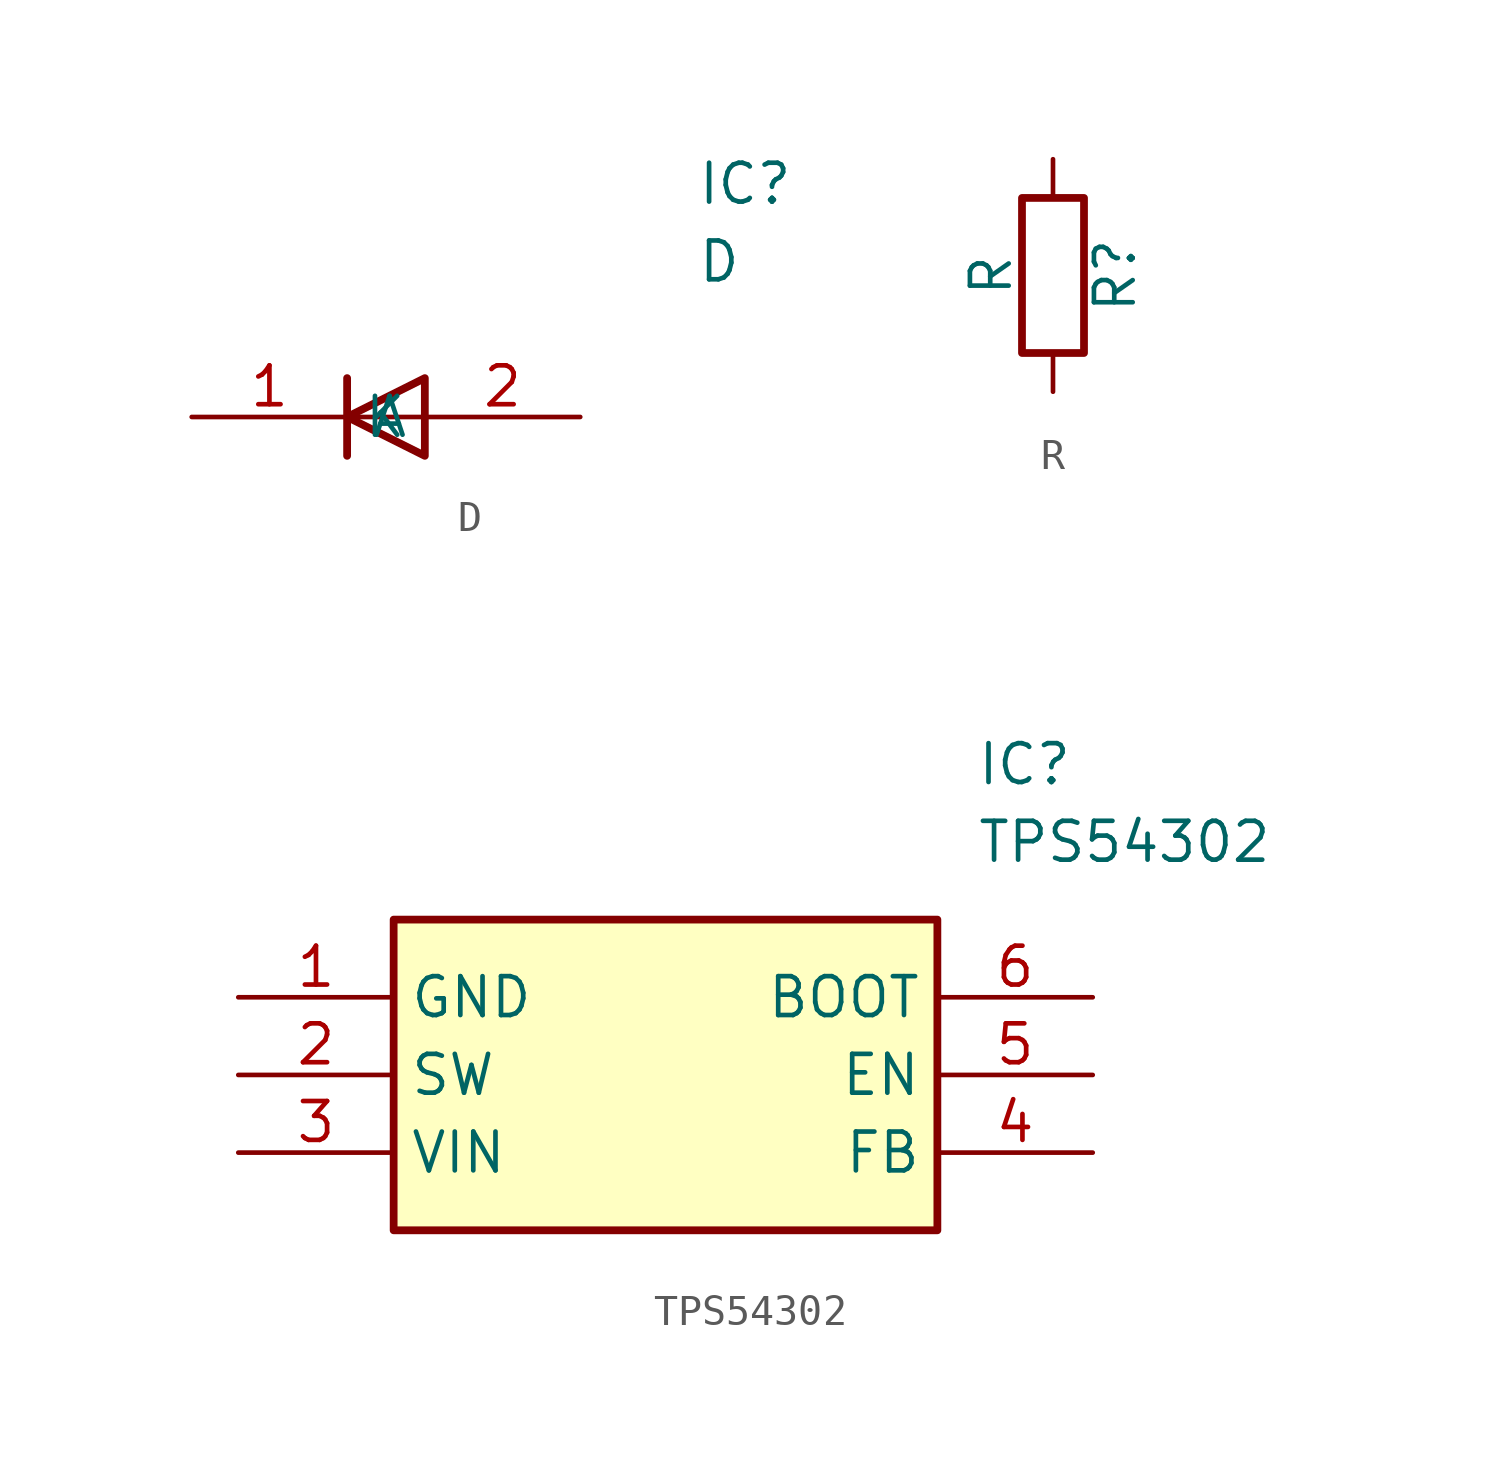
<source format=kicad_sym>
(kicad_symbol_lib
  (version 20241209)
  (generator "kicad_symbol_editor")
  (generator_version "9.0")
  (symbol "D"
    (property "Reference" "IC"
      (at 16.51 7.62 0)
      (effects (font (size 1.27 1.27)) (justify left)))
    (property "Value" "D"
      (at 16.51 5.08 0)
      (effects (font (size 1.27 1.27)) (justify left)))
    (symbol "D_0_1"
      (polyline (pts (xy 5.08 1.27) (xy 5.08 -1.27)) (stroke (width 0.254) (type default)) (fill (type none)))
      (polyline (pts (xy 7.62 1.27) (xy 7.62 -1.27) (xy 5.08 0) (xy 7.62 1.27)) (stroke (width 0.254) (type default)) (fill (type none)))
      (polyline (pts (xy 7.62 0) (xy 5.08 0)) (stroke (width 0) (type default)) (fill (type none))))
    (symbol "D_1_1"
      (pin passive line (at 0 0 0) (length 5.08) (name "K" (effects (font (size 1.27 1.27)))) (number "1" (effects (font (size 1.27 1.27)))))
      (pin passive line (at 12.7 0 180) (length 5.08) (name "A" (effects (font (size 1.27 1.27)))) (number "2" (effects (font (size 1.27 1.27)))))))
  (symbol "R"
    (pin_numbers
      (hide yes))
    (pin_names
      (offset 0))
    (property "Reference" "R"
      (at 2.032 0 90)
      (effects (font (size 1.27 1.27))))
    (property "Value" "R"
      (at -2.032 0 90)
      (effects (font (size 1.27 1.27))))
    (symbol "R_0_1"
      (rectangle (start -1.016 -2.54) (end 1.016 2.54) (stroke (width 0.254) (type default)) (fill (type none))))
    (symbol "R_1_1"
      (pin passive line (at 0 3.81 270) (length 1.27) (name "~" (effects (font (size 1.27 1.27)))) (number "1" (effects (font (size 1.27 1.27)))))
      (pin passive line (at 0 -3.81 90) (length 1.27) (name "~" (effects (font (size 1.27 1.27)))) (number "2" (effects (font (size 1.27 1.27)))))))
  (symbol "TPS54302"
    (property "Reference" "IC"
      (at 24.13 7.62 0)
      (effects (font (size 1.27 1.27)) (justify left)))
    (property "Value" "TPS54302"
      (at 24.13 5.08 0)
      (effects (font (size 1.27 1.27)) (justify left)))
    (symbol "TPS54302_1_1"
      (rectangle (start 5.08 2.54) (end 22.86 -7.62) (stroke (width 0.254) (type default)) (fill (type background)))
      (pin passive line (at 0 0 0) (length 5.08) (name "GND" (effects (font (size 1.27 1.27)))) (number "1" (effects (font (size 1.27 1.27)))))
      (pin passive line (at 0 -2.54 0) (length 5.08) (name "SW" (effects (font (size 1.27 1.27)))) (number "2" (effects (font (size 1.27 1.27)))))
      (pin passive line (at 0 -5.08 0) (length 5.08) (name "VIN" (effects (font (size 1.27 1.27)))) (number "3" (effects (font (size 1.27 1.27)))))
      (pin passive line (at 27.94 0 180) (length 5.08) (name "BOOT" (effects (font (size 1.27 1.27)))) (number "6" (effects (font (size 1.27 1.27)))))
      (pin passive line (at 27.94 -2.54 180) (length 5.08) (name "EN" (effects (font (size 1.27 1.27)))) (number "5" (effects (font (size 1.27 1.27)))))
      (pin passive line (at 27.94 -5.08 180) (length 5.08) (name "FB" (effects (font (size 1.27 1.27)))) (number "4" (effects (font (size 1.27 1.27))))))))
</source>
